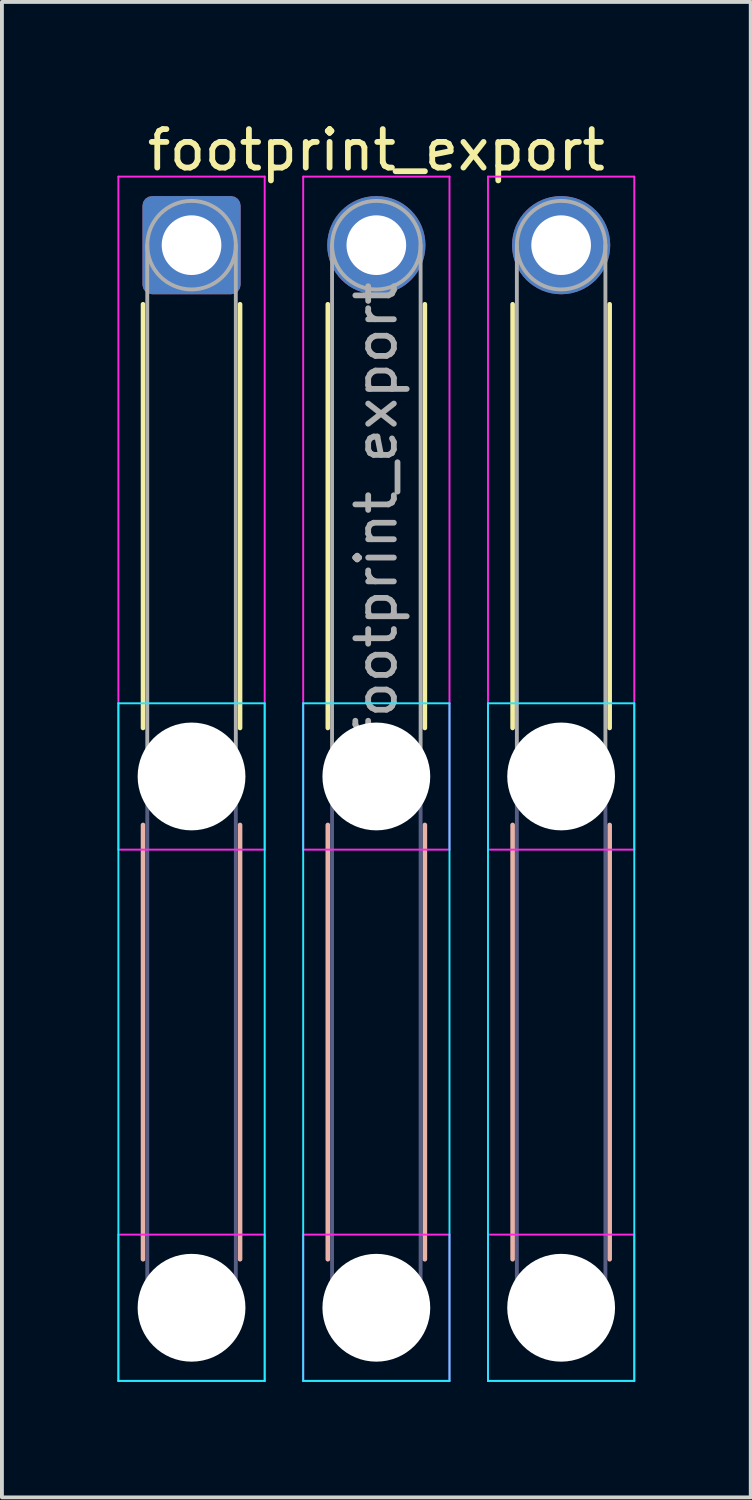
<source format=kicad_pcb>
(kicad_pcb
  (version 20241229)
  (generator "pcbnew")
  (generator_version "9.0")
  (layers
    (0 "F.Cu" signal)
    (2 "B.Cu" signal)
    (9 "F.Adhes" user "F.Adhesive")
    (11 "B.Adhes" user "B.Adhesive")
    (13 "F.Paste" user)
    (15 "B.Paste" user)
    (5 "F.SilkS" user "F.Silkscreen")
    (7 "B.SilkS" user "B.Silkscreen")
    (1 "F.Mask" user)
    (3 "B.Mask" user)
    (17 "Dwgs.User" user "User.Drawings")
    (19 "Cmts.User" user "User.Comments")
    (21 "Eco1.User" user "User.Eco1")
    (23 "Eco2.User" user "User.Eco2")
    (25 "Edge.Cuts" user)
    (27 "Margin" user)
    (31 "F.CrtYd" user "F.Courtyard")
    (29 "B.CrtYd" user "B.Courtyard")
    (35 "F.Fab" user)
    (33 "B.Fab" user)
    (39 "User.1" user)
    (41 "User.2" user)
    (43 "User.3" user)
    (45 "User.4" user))
  (footprint "footprint_export"
    (layer "F.Cu")
    (at 1.925 3.318)
    (property "Reference" "footprint_export" (at 4.8 -2.47 0) (layer "F.SilkS") (effects (font (size 1 1) (thickness 0.15))))
    (attr exclude_from_pos_files exclude_from_bom)
    (fp_line (start -1.26 1.535) (end -1.26 12.54) (stroke (width 0.12) (type solid)) (layer "F.SilkS"))
    (fp_line (start 1.26 1.535) (end 1.26 12.54) (stroke (width 0.12) (type solid)) (layer "F.SilkS"))
    (fp_line (start 3.54 1.535) (end 3.54 12.54) (stroke (width 0.12) (type solid)) (layer "F.SilkS"))
    (fp_line (start 6.06 1.535) (end 6.06 12.54) (stroke (width 0.12) (type solid)) (layer "F.SilkS"))
    (fp_line (start 8.34 1.535) (end 8.34 12.54) (stroke (width 0.12) (type solid)) (layer "F.SilkS"))
    (fp_line (start 10.86 1.535) (end 10.86 12.54) (stroke (width 0.12) (type solid)) (layer "F.SilkS"))
    (fp_line (start -1.26 15.06) (end -1.26 26.34) (stroke (width 0.12) (type solid)) (layer "B.SilkS"))
    (fp_line (start 1.26 15.06) (end 1.26 26.34) (stroke (width 0.12) (type solid)) (layer "B.SilkS"))
    (fp_line (start 3.54 15.06) (end 3.54 26.34) (stroke (width 0.12) (type solid)) (layer "B.SilkS"))
    (fp_line (start 6.06 15.06) (end 6.06 26.34) (stroke (width 0.12) (type solid)) (layer "B.SilkS"))
    (fp_line (start 8.34 15.06) (end 8.34 26.34) (stroke (width 0.12) (type solid)) (layer "B.SilkS"))
    (fp_line (start 10.86 15.06) (end 10.86 26.34) (stroke (width 0.12) (type solid)) (layer "B.SilkS"))
    (fp_line (start -1.9 11.9) (end -1.9 29.5) (stroke (width 0.05) (type solid)) (layer "B.CrtYd"))
    (fp_line (start -1.9 29.5) (end 1.9 29.5) (stroke (width 0.05) (type solid)) (layer "B.CrtYd"))
    (fp_line (start 1.9 11.9) (end -1.9 11.9) (stroke (width 0.05) (type solid)) (layer "B.CrtYd"))
    (fp_line (start 1.9 29.5) (end 1.9 11.9) (stroke (width 0.05) (type solid)) (layer "B.CrtYd"))
    (fp_line (start 2.9 11.9) (end 2.9 29.5) (stroke (width 0.05) (type solid)) (layer "B.CrtYd"))
    (fp_line (start 2.9 29.5) (end 6.7 29.5) (stroke (width 0.05) (type solid)) (layer "B.CrtYd"))
    (fp_line (start 6.7 11.9) (end 2.9 11.9) (stroke (width 0.05) (type solid)) (layer "B.CrtYd"))
    (fp_line (start 6.7 29.5) (end 6.7 11.9) (stroke (width 0.05) (type solid)) (layer "B.CrtYd"))
    (fp_line (start 7.7 11.9) (end 7.7 29.5) (stroke (width 0.05) (type solid)) (layer "B.CrtYd"))
    (fp_line (start 7.7 29.5) (end 11.5 29.5) (stroke (width 0.05) (type solid)) (layer "B.CrtYd"))
    (fp_line (start 11.5 11.9) (end 7.7 11.9) (stroke (width 0.05) (type solid)) (layer "B.CrtYd"))
    (fp_line (start 11.5 29.5) (end 11.5 11.9) (stroke (width 0.05) (type solid)) (layer "B.CrtYd"))
    (fp_line (start -1.9 -1.78) (end -1.9 15.7) (stroke (width 0.05) (type solid)) (layer "F.CrtYd"))
    (fp_line (start -1.9 15.7) (end 1.9 15.7) (stroke (width 0.05) (type solid)) (layer "F.CrtYd"))
    (fp_line (start -1.9 25.7) (end -1.9 29.5) (stroke (width 0.05) (type solid)) (layer "F.CrtYd"))
    (fp_line (start -1.9 29.5) (end 1.9 29.5) (stroke (width 0.05) (type solid)) (layer "F.CrtYd"))
    (fp_line (start 1.9 -1.78) (end -1.9 -1.78) (stroke (width 0.05) (type solid)) (layer "F.CrtYd"))
    (fp_line (start 1.9 15.7) (end 1.9 -1.78) (stroke (width 0.05) (type solid)) (layer "F.CrtYd"))
    (fp_line (start 1.9 25.7) (end -1.9 25.7) (stroke (width 0.05) (type solid)) (layer "F.CrtYd"))
    (fp_line (start 1.9 29.5) (end 1.9 25.7) (stroke (width 0.05) (type solid)) (layer "F.CrtYd"))
    (fp_line (start 2.9 -1.78) (end 2.9 15.7) (stroke (width 0.05) (type solid)) (layer "F.CrtYd"))
    (fp_line (start 2.9 15.7) (end 6.7 15.7) (stroke (width 0.05) (type solid)) (layer "F.CrtYd"))
    (fp_line (start 2.9 25.7) (end 2.9 29.5) (stroke (width 0.05) (type solid)) (layer "F.CrtYd"))
    (fp_line (start 2.9 29.5) (end 6.7 29.5) (stroke (width 0.05) (type solid)) (layer "F.CrtYd"))
    (fp_line (start 6.7 -1.78) (end 2.9 -1.78) (stroke (width 0.05) (type solid)) (layer "F.CrtYd"))
    (fp_line (start 6.7 15.7) (end 6.7 -1.78) (stroke (width 0.05) (type solid)) (layer "F.CrtYd"))
    (fp_line (start 6.7 25.7) (end 2.9 25.7) (stroke (width 0.05) (type solid)) (layer "F.CrtYd"))
    (fp_line (start 6.7 29.5) (end 6.7 25.7) (stroke (width 0.05) (type solid)) (layer "F.CrtYd"))
    (fp_line (start 7.7 -1.78) (end 7.7 15.7) (stroke (width 0.05) (type solid)) (layer "F.CrtYd"))
    (fp_line (start 7.7 15.7) (end 11.5 15.7) (stroke (width 0.05) (type solid)) (layer "F.CrtYd"))
    (fp_line (start 7.7 25.7) (end 7.7 29.5) (stroke (width 0.05) (type solid)) (layer "F.CrtYd"))
    (fp_line (start 7.7 29.5) (end 11.5 29.5) (stroke (width 0.05) (type solid)) (layer "F.CrtYd"))
    (fp_line (start 11.5 -1.78) (end 7.7 -1.78) (stroke (width 0.05) (type solid)) (layer "F.CrtYd"))
    (fp_line (start 11.5 15.7) (end 11.5 -1.78) (stroke (width 0.05) (type solid)) (layer "F.CrtYd"))
    (fp_line (start 11.5 25.7) (end 7.7 25.7) (stroke (width 0.05) (type solid)) (layer "F.CrtYd"))
    (fp_line (start 11.5 29.5) (end 11.5 25.7) (stroke (width 0.05) (type solid)) (layer "F.CrtYd"))
    (fp_line (start -1.15 13.8) (end -1.15 27.6) (stroke (width 0.1) (type solid)) (layer "B.Fab"))
    (fp_line (start 1.15 13.8) (end 1.15 27.6) (stroke (width 0.1) (type solid)) (layer "B.Fab"))
    (fp_line (start 3.65 13.8) (end 3.65 27.6) (stroke (width 0.1) (type solid)) (layer "B.Fab"))
    (fp_line (start 5.95 13.8) (end 5.95 27.6) (stroke (width 0.1) (type solid)) (layer "B.Fab"))
    (fp_line (start 8.45 13.8) (end 8.45 27.6) (stroke (width 0.1) (type solid)) (layer "B.Fab"))
    (fp_line (start 10.75 13.8) (end 10.75 27.6) (stroke (width 0.1) (type solid)) (layer "B.Fab"))
    (fp_circle (center 0 13.8) (end 1.15 13.8) (stroke (width 0.1) (type solid)) (fill no) (layer "B.Fab"))
    (fp_circle (center 0 27.6) (end 1.15 27.6) (stroke (width 0.1) (type solid)) (fill no) (layer "B.Fab"))
    (fp_circle (center 4.8 13.8) (end 5.95 13.8) (stroke (width 0.1) (type solid)) (fill no) (layer "B.Fab"))
    (fp_circle (center 4.8 27.6) (end 5.95 27.6) (stroke (width 0.1) (type solid)) (fill no) (layer "B.Fab"))
    (fp_circle (center 9.6 13.8) (end 10.75 13.8) (stroke (width 0.1) (type solid)) (fill no) (layer "B.Fab"))
    (fp_circle (center 9.6 27.6) (end 10.75 27.6) (stroke (width 0.1) (type solid)) (fill no) (layer "B.Fab"))
    (fp_line (start -1.15 0) (end -1.15 13.8) (stroke (width 0.1) (type solid)) (layer "F.Fab"))
    (fp_line (start 1.15 0) (end 1.15 13.8) (stroke (width 0.1) (type solid)) (layer "F.Fab"))
    (fp_line (start 3.65 0) (end 3.65 13.8) (stroke (width 0.1) (type solid)) (layer "F.Fab"))
    (fp_line (start 5.95 0) (end 5.95 13.8) (stroke (width 0.1) (type solid)) (layer "F.Fab"))
    (fp_line (start 8.45 0) (end 8.45 13.8) (stroke (width 0.1) (type solid)) (layer "F.Fab"))
    (fp_line (start 10.75 0) (end 10.75 13.8) (stroke (width 0.1) (type solid)) (layer "F.Fab"))
    (fp_circle (center 0 0) (end 1.15 0) (stroke (width 0.1) (type solid)) (fill no) (layer "F.Fab"))
    (fp_circle (center 0 13.8) (end 1.15 13.8) (stroke (width 0.1) (type solid)) (fill no) (layer "F.Fab"))
    (fp_circle (center 0 27.6) (end 1.15 27.6) (stroke (width 0.1) (type solid)) (fill no) (layer "F.Fab"))
    (fp_circle (center 4.8 0) (end 5.95 0) (stroke (width 0.1) (type solid)) (fill no) (layer "F.Fab"))
    (fp_circle (center 4.8 13.8) (end 5.95 13.8) (stroke (width 0.1) (type solid)) (fill no) (layer "F.Fab"))
    (fp_circle (center 4.8 27.6) (end 5.95 27.6) (stroke (width 0.1) (type solid)) (fill no) (layer "F.Fab"))
    (fp_circle (center 9.6 0) (end 10.75 0) (stroke (width 0.1) (type solid)) (fill no) (layer "F.Fab"))
    (fp_circle (center 9.6 13.8) (end 10.75 13.8) (stroke (width 0.1) (type solid)) (fill no) (layer "F.Fab"))
    (fp_circle (center 9.6 27.6) (end 10.75 27.6) (stroke (width 0.1) (type solid)) (fill no) (layer "F.Fab"))
    (fp_text user "${REFERENCE}" (at 4.8 6.9 90) (layer "F.Fab") (effects (font (size 1 1) (thickness 0.15))))
    (pad "" np_thru_hole circle (at 0 13.8) (size 2.8 2.8) (drill 2.8) (layers "*.Cu" "*.Mask"))
    (pad "" np_thru_hole circle (at 0 27.6) (size 2.8 2.8) (drill 2.8) (layers "*.Cu" "*.Mask"))
    (pad "" np_thru_hole circle (at 4.8 13.8) (size 2.8 2.8) (drill 2.8) (layers "*.Cu" "*.Mask"))
    (pad "" np_thru_hole circle (at 4.8 27.6) (size 2.8 2.8) (drill 2.8) (layers "*.Cu" "*.Mask"))
    (pad "" np_thru_hole circle (at 9.6 13.8) (size 2.8 2.8) (drill 2.8) (layers "*.Cu" "*.Mask"))
    (pad "" np_thru_hole circle (at 9.6 27.6) (size 2.8 2.8) (drill 2.8) (layers "*.Cu" "*.Mask"))
    (pad "1" thru_hole roundrect (at 0 0) (size 2.55 2.55) (drill 1.55) (layers "*.Cu" "*.Mask") (roundrect_rratio 0.098))
    (pad "2" thru_hole circle (at 4.8 0) (size 2.55 2.55) (drill 1.55) (layers "*.Cu" "*.Mask"))
    (pad "3" thru_hole circle (at 9.6 0) (size 2.55 2.55) (drill 1.55) (layers "*.Cu" "*.Mask")))
  (gr_rect
    (start -3 -3)
    (end 16.45 35.843)
    (stroke (width 0.1) (type default))
    (fill no)
    (layer "Edge.Cuts")))
</source>
